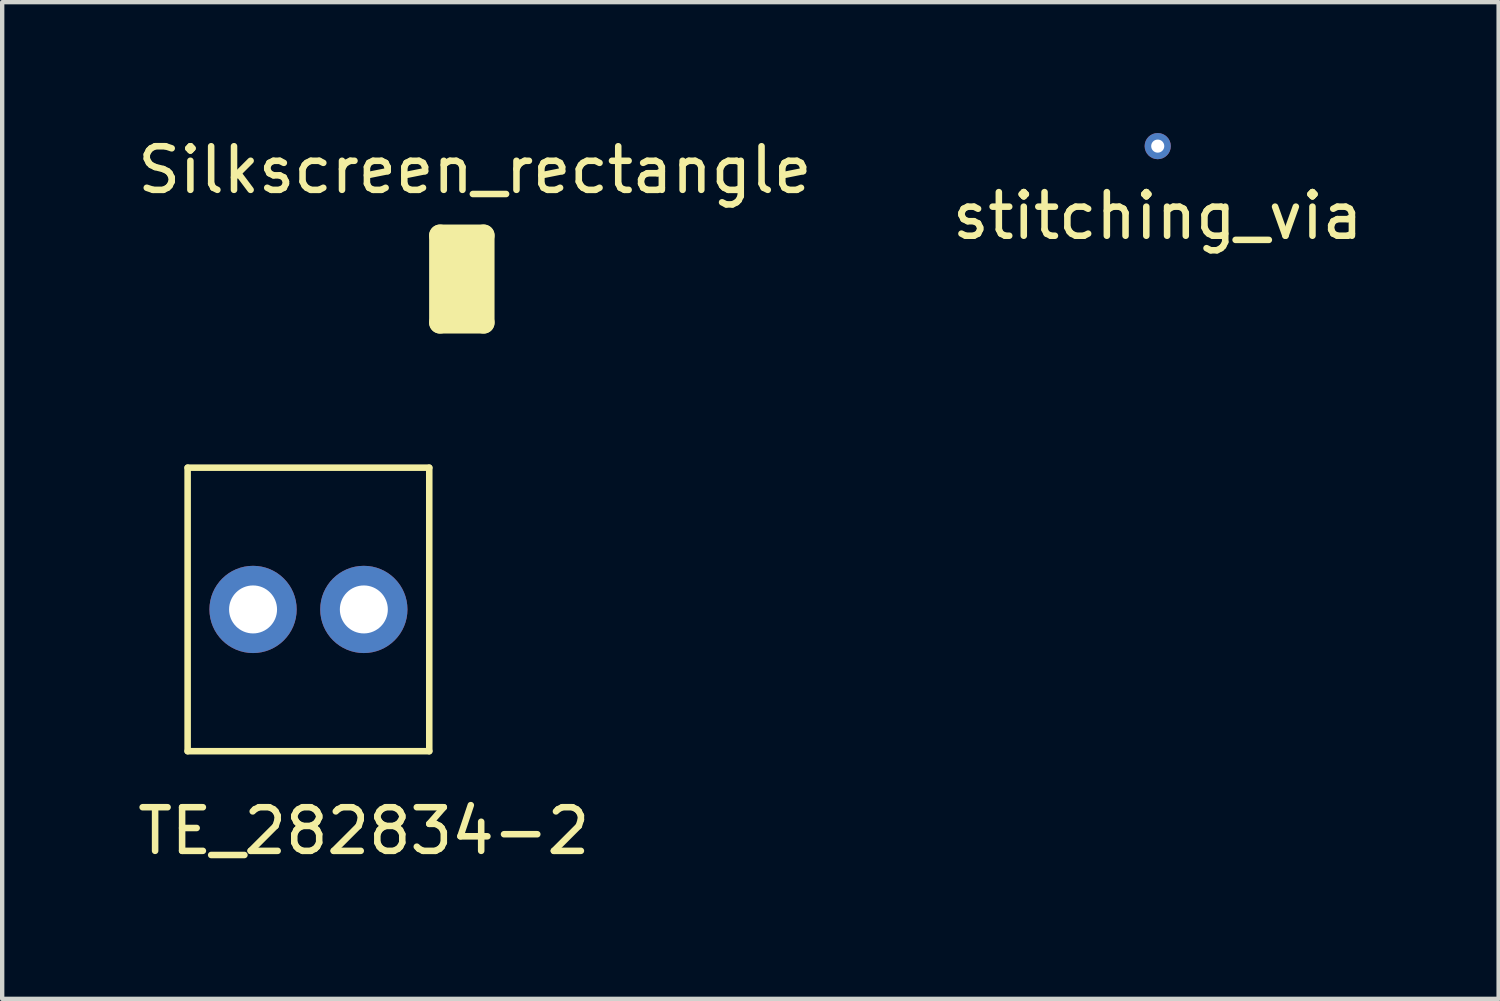
<source format=kicad_pcb>
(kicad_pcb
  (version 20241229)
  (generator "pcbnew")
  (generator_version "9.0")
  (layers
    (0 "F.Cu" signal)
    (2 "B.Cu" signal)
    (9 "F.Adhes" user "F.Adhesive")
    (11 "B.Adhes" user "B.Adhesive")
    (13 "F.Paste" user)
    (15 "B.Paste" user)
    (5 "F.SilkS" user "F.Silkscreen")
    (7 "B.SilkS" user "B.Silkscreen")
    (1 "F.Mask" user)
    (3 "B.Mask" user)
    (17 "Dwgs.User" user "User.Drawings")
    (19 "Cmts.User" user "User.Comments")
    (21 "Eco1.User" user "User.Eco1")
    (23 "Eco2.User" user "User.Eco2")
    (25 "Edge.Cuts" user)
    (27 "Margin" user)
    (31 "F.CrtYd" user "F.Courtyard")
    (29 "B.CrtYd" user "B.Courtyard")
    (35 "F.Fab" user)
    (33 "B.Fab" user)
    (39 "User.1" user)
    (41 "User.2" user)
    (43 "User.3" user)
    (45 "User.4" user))
  (footprint "stitching_via"
    (layer "F.Cu")
    (at 23.494 0.3)
    (property "Reference" "stitching_via" (at 0 1.6 0) (layer "F.SilkS") (effects (font (size 1 1) (thickness 0.15))))
    (attr through_hole)
    (pad "1" thru_hole circle (at 0 0) (size 0.6 0.6) (drill 0.3) (layers "*.Cu")))
  (footprint "TE_282834-2"
    (layer "F.Cu")
    (at 2.752 10.923)
    (property "Reference" "TE_282834-2" (at 2.54 5.08 0) (layer "F.SilkS") (effects (font (size 1 1) (thickness 0.15))))
    (attr through_hole)
    (fp_line (start -1.5 -3.25) (end -1.5 3.25) (stroke (width 0.15) (type solid)) (layer "F.SilkS"))
    (fp_line (start -1.5 3.25) (end 4.04 3.25) (stroke (width 0.15) (type solid)) (layer "F.SilkS"))
    (fp_line (start 4.04 -3.25) (end -1.5 -3.25) (stroke (width 0.15) (type solid)) (layer "F.SilkS"))
    (fp_line (start 4.04 -3.25) (end 4.04 3.25) (stroke (width 0.15) (type solid)) (layer "F.SilkS"))
    (pad "1" thru_hole circle (at 0 0) (size 2 2) (drill 1.1) (layers "*.Cu" "*.Mask"))
    (pad "2" thru_hole circle (at 2.54 0) (size 2 2) (drill 1.1) (layers "*.Cu" "*.Mask")))
  (footprint "Silkscreen_rectangle"
    (layer "F.Cu")
    (at 7.339 3.148)
    (property "Reference" "Silkscreen_rectangle" (at 0.5 -2.3 0) (layer "F.SilkS") (effects (font (size 1 1) (thickness 0.15))))
    (attr through_hole)
    (fp_line (start -0.3 -0.8) (end -0.3 1.2) (stroke (width 0.5) (type solid)) (layer "F.SilkS"))
    (fp_line (start -0.3 -0.8) (end 0.7 -0.8) (stroke (width 0.5) (type solid)) (layer "F.SilkS"))
    (fp_line (start 0.2 -0.4) (end 0.2 0.9) (stroke (width 1) (type solid)) (layer "F.SilkS"))
    (fp_line (start 0.7 -0.8) (end 0.7 1.2) (stroke (width 0.5) (type solid)) (layer "F.SilkS"))
    (fp_line (start 0.7 1.2) (end -0.3 1.2) (stroke (width 0.5) (type solid)) (layer "F.SilkS")))
  (gr_rect
    (start -3 -3)
    (end 31.31 19.852)
    (stroke (width 0.1) (type default))
    (fill no)
    (layer "Edge.Cuts")))
</source>
